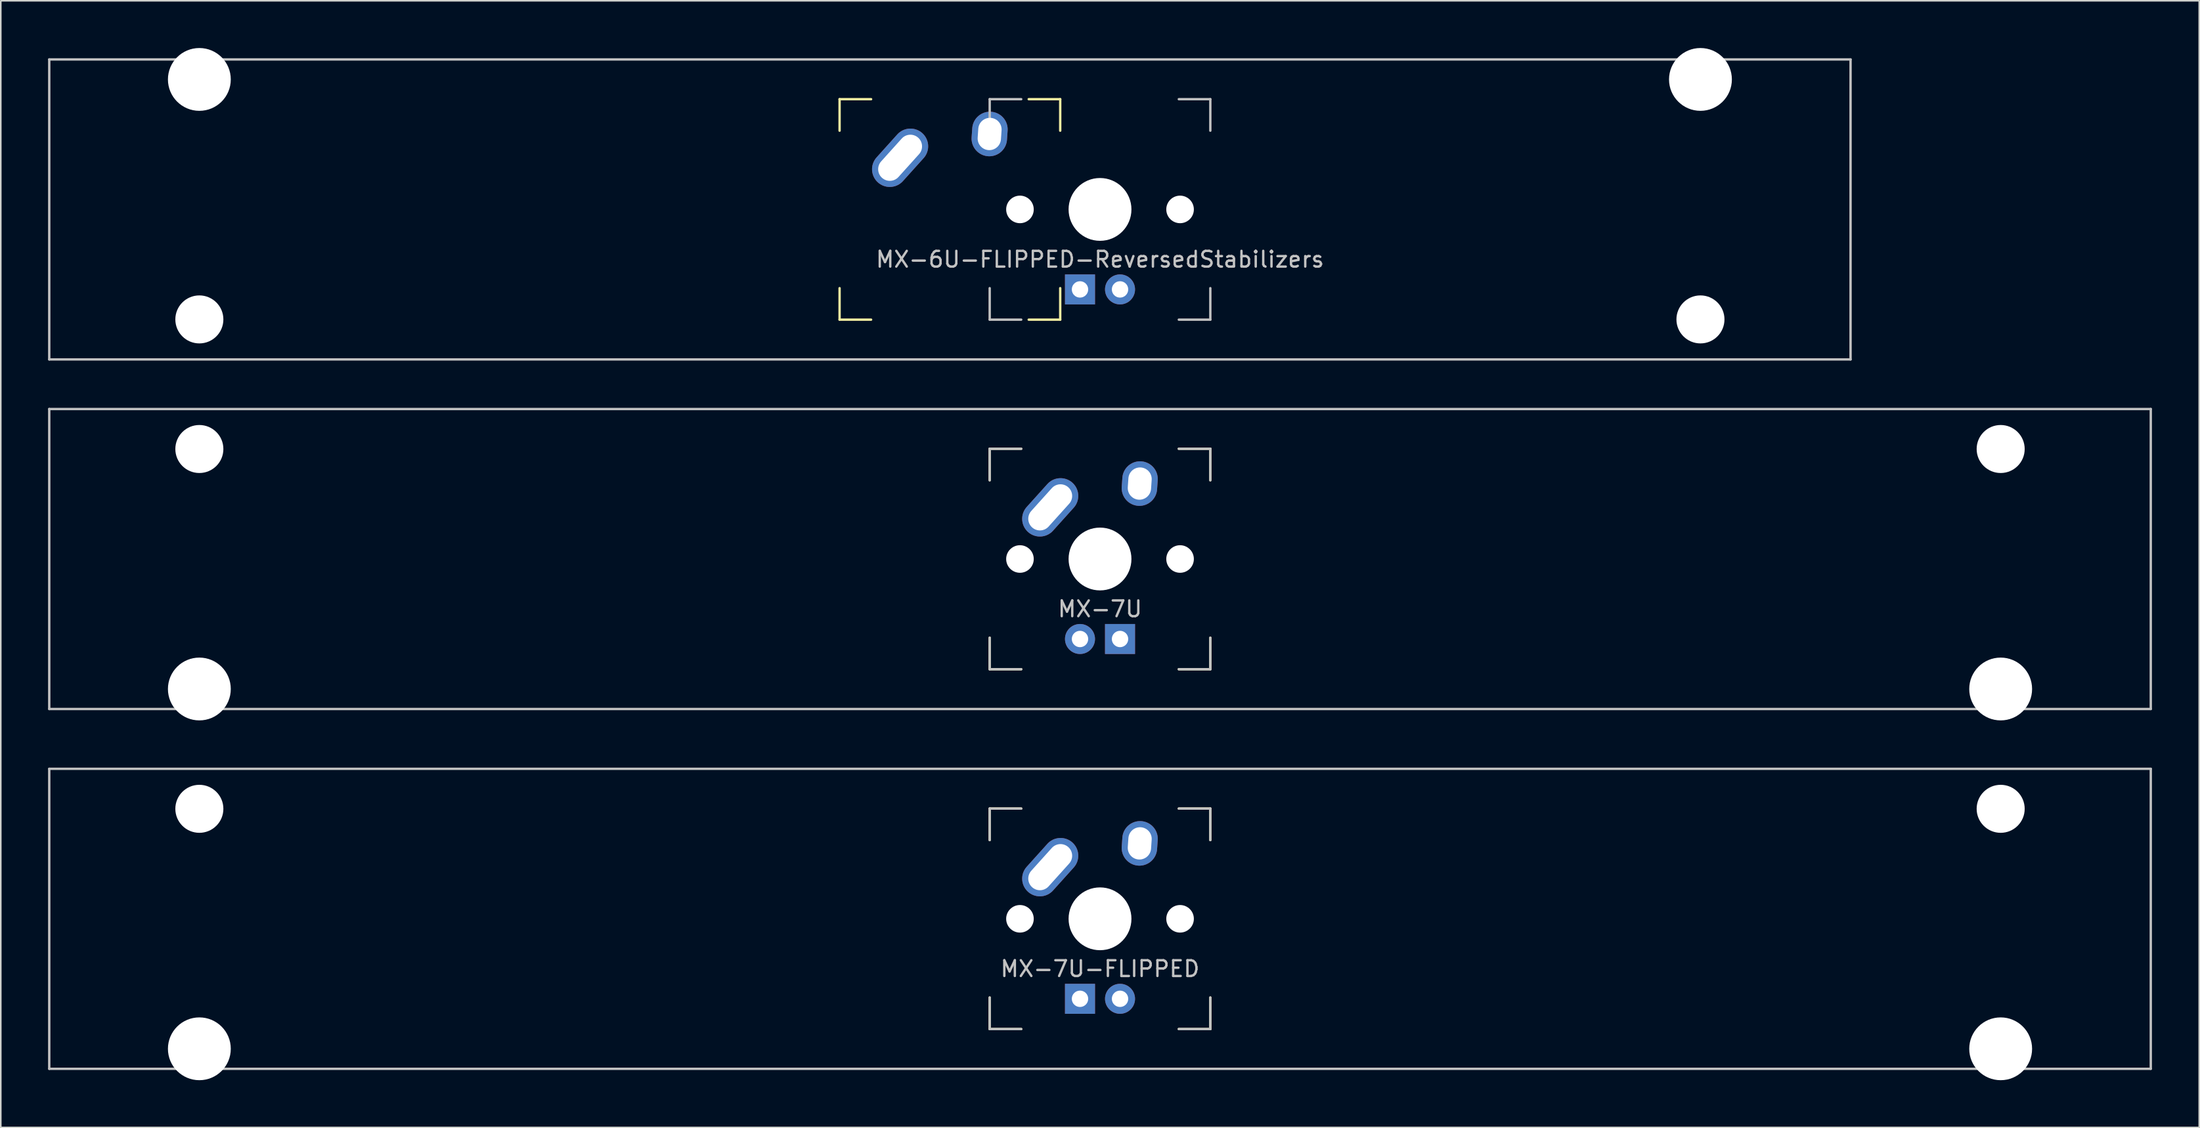
<source format=kicad_pcb>
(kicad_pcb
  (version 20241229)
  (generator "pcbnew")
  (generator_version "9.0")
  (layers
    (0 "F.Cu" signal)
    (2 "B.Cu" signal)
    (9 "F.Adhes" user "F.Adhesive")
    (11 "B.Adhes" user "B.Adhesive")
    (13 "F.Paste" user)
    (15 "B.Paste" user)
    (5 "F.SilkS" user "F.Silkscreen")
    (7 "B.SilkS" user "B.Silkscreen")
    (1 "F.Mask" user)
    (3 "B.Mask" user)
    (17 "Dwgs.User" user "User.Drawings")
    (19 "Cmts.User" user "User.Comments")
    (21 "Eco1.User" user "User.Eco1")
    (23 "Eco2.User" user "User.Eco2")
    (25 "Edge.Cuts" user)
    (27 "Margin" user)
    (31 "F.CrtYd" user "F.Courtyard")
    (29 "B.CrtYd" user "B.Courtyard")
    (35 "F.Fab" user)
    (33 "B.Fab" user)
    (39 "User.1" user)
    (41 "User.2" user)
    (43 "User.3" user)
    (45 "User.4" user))
  (footprint "MX-7U"
    (layer "F.Cu")
    (at 66.75 32.449)
    (property "Reference" "MX-7U" (at 0 3.175 0) (layer "Dwgs.User") (effects (font (size 1 1) (thickness 0.15))))
    (attr through_hole)
    (fp_line (start -7 -7) (end -7 -5) (stroke (width 0.15) (type solid)) (layer "F.SilkS"))
    (fp_line (start -7 5) (end -7 7) (stroke (width 0.15) (type solid)) (layer "F.SilkS"))
    (fp_line (start -7 7) (end -5 7) (stroke (width 0.15) (type solid)) (layer "F.SilkS"))
    (fp_line (start -5 -7) (end -7 -7) (stroke (width 0.15) (type solid)) (layer "F.SilkS"))
    (fp_line (start 5 -7) (end 7 -7) (stroke (width 0.15) (type solid)) (layer "F.SilkS"))
    (fp_line (start 5 7) (end 7 7) (stroke (width 0.15) (type solid)) (layer "F.SilkS"))
    (fp_line (start 7 -7) (end 7 -5) (stroke (width 0.15) (type solid)) (layer "F.SilkS"))
    (fp_line (start 7 7) (end 7 5) (stroke (width 0.15) (type solid)) (layer "F.SilkS"))
    (fp_line (start -66.675 -9.525) (end 66.675 -9.525) (stroke (width 0.15) (type solid)) (layer "Dwgs.User"))
    (fp_line (start -66.675 9.525) (end -66.675 -9.525) (stroke (width 0.15) (type solid)) (layer "Dwgs.User"))
    (fp_line (start -66.675 9.525) (end 66.675 9.525) (stroke (width 0.15) (type solid)) (layer "Dwgs.User"))
    (fp_line (start -7 -7) (end -7 -5) (stroke (width 0.15) (type solid)) (layer "Dwgs.User"))
    (fp_line (start -7 5) (end -7 7) (stroke (width 0.15) (type solid)) (layer "Dwgs.User"))
    (fp_line (start -7 7) (end -5 7) (stroke (width 0.15) (type solid)) (layer "Dwgs.User"))
    (fp_line (start -5 -7) (end -7 -7) (stroke (width 0.15) (type solid)) (layer "Dwgs.User"))
    (fp_line (start 5 -7) (end 7 -7) (stroke (width 0.15) (type solid)) (layer "Dwgs.User"))
    (fp_line (start 5 7) (end 7 7) (stroke (width 0.15) (type solid)) (layer "Dwgs.User"))
    (fp_line (start 7 -7) (end 7 -5) (stroke (width 0.15) (type solid)) (layer "Dwgs.User"))
    (fp_line (start 7 7) (end 7 5) (stroke (width 0.15) (type solid)) (layer "Dwgs.User"))
    (fp_line (start 66.675 -9.525) (end 66.675 9.525) (stroke (width 0.15) (type solid)) (layer "Dwgs.User"))
    (pad "" np_thru_hole circle (at -57.15 -6.985) (size 3.048 3.048) (drill 3.048) (layers "*.Cu" "*.Mask"))
    (pad "" np_thru_hole circle (at -57.15 8.255) (size 3.988 3.988) (drill 3.988) (layers "*.Cu" "*.Mask"))
    (pad "" np_thru_hole circle (at -5.08 0 48.1) (size 1.75 1.75) (drill 1.75) (layers "*.Cu" "*.Mask"))
    (pad "" np_thru_hole circle (at 0 0) (size 3.988 3.988) (drill 3.988) (layers "*.Cu" "*.Mask"))
    (pad "" np_thru_hole circle (at 5.08 0 48.1) (size 1.75 1.75) (drill 1.75) (layers "*.Cu" "*.Mask"))
    (pad "" np_thru_hole circle (at 57.15 -6.985) (size 3.048 3.048) (drill 3.048) (layers "*.Cu" "*.Mask"))
    (pad "" np_thru_hole circle (at 57.15 8.255) (size 3.988 3.988) (drill 3.988) (layers "*.Cu" "*.Mask"))
    (pad "1" thru_hole oval (at -3.16 -3.28 48) (size 4.21 2.25) (drill oval 3.43 1.48) (layers "*.Cu" "B.Mask"))
    (pad "2" thru_hole oval (at 2.52 -4.79 86) (size 2.831 2.25) (drill oval 2.051 1.48) (layers "*.Cu" "B.Mask"))
    (pad "3" thru_hole circle (at -1.27 5.08) (size 1.905 1.905) (drill 1.04) (layers "*.Cu" "B.Mask"))
    (pad "4" thru_hole rect (at 1.27 5.08) (size 1.905 1.905) (drill 1.04) (layers "*.Cu" "B.Mask")))
  (footprint "MX-7U-FLIPPED"
    (layer "F.Cu")
    (at 66.75 55.298)
    (property "Reference" "MX-7U-FLIPPED" (at 0 3.175 0) (layer "Dwgs.User") (effects (font (size 1 1) (thickness 0.15))))
    (attr through_hole)
    (fp_line (start -7 -7) (end -7 -5) (stroke (width 0.15) (type solid)) (layer "F.SilkS"))
    (fp_line (start -7 5) (end -7 7) (stroke (width 0.15) (type solid)) (layer "F.SilkS"))
    (fp_line (start -7 7) (end -5 7) (stroke (width 0.15) (type solid)) (layer "F.SilkS"))
    (fp_line (start -5 -7) (end -7 -7) (stroke (width 0.15) (type solid)) (layer "F.SilkS"))
    (fp_line (start 5 -7) (end 7 -7) (stroke (width 0.15) (type solid)) (layer "F.SilkS"))
    (fp_line (start 5 7) (end 7 7) (stroke (width 0.15) (type solid)) (layer "F.SilkS"))
    (fp_line (start 7 -7) (end 7 -5) (stroke (width 0.15) (type solid)) (layer "F.SilkS"))
    (fp_line (start 7 7) (end 7 5) (stroke (width 0.15) (type solid)) (layer "F.SilkS"))
    (fp_line (start -66.675 -9.525) (end 66.675 -9.525) (stroke (width 0.15) (type solid)) (layer "Dwgs.User"))
    (fp_line (start -66.675 9.525) (end -66.675 -9.525) (stroke (width 0.15) (type solid)) (layer "Dwgs.User"))
    (fp_line (start -66.675 9.525) (end 66.675 9.525) (stroke (width 0.15) (type solid)) (layer "Dwgs.User"))
    (fp_line (start -7 -7) (end -7 -5) (stroke (width 0.15) (type solid)) (layer "Dwgs.User"))
    (fp_line (start -7 5) (end -7 7) (stroke (width 0.15) (type solid)) (layer "Dwgs.User"))
    (fp_line (start -7 7) (end -5 7) (stroke (width 0.15) (type solid)) (layer "Dwgs.User"))
    (fp_line (start -5 -7) (end -7 -7) (stroke (width 0.15) (type solid)) (layer "Dwgs.User"))
    (fp_line (start 5 -7) (end 7 -7) (stroke (width 0.15) (type solid)) (layer "Dwgs.User"))
    (fp_line (start 5 7) (end 7 7) (stroke (width 0.15) (type solid)) (layer "Dwgs.User"))
    (fp_line (start 7 -7) (end 7 -5) (stroke (width 0.15) (type solid)) (layer "Dwgs.User"))
    (fp_line (start 7 7) (end 7 5) (stroke (width 0.15) (type solid)) (layer "Dwgs.User"))
    (fp_line (start 66.675 -9.525) (end 66.675 9.525) (stroke (width 0.15) (type solid)) (layer "Dwgs.User"))
    (pad "" np_thru_hole circle (at -57.15 -6.985) (size 3.048 3.048) (drill 3.048) (layers "*.Cu" "*.Mask"))
    (pad "" np_thru_hole circle (at -57.15 8.255) (size 3.988 3.988) (drill 3.988) (layers "*.Cu" "*.Mask"))
    (pad "" np_thru_hole circle (at -5.08 0 48.1) (size 1.75 1.75) (drill 1.75) (layers "*.Cu" "*.Mask"))
    (pad "" np_thru_hole circle (at 0 0) (size 3.988 3.988) (drill 3.988) (layers "*.Cu" "*.Mask"))
    (pad "" np_thru_hole circle (at 5.08 0 48.1) (size 1.75 1.75) (drill 1.75) (layers "*.Cu" "*.Mask"))
    (pad "" np_thru_hole circle (at 57.15 -6.985) (size 3.048 3.048) (drill 3.048) (layers "*.Cu" "*.Mask"))
    (pad "" np_thru_hole circle (at 57.15 8.255) (size 3.988 3.988) (drill 3.988) (layers "*.Cu" "*.Mask"))
    (pad "1" thru_hole oval (at -3.16 -3.28 48) (size 4.21 2.25) (drill oval 3.43 1.48) (layers "*.Cu" "B.Mask"))
    (pad "2" thru_hole oval (at 2.52 -4.79 86) (size 2.831 2.25) (drill oval 2.051 1.48) (layers "*.Cu" "B.Mask"))
    (pad "3" thru_hole circle (at 1.27 5.08) (size 1.905 1.905) (drill 1.04) (layers "*.Cu" "B.Mask"))
    (pad "4" thru_hole rect (at -1.27 5.08) (size 1.905 1.905) (drill 1.04) (layers "*.Cu" "B.Mask")))
  (footprint "MX-6U-FLIPPED-ReversedStabilizers"
    (layer "F.Cu")
    (at 57.225 10.249)
    (property "Reference" "MX-6U-FLIPPED-ReversedStabilizers" (at 9.525 3.175 0) (layer "Dwgs.User") (effects (font (size 1 1) (thickness 0.15))))
    (attr through_hole)
    (fp_line (start -7 -7) (end -7 -5) (stroke (width 0.15) (type solid)) (layer "F.SilkS"))
    (fp_line (start -7 5) (end -7 7) (stroke (width 0.15) (type solid)) (layer "F.SilkS"))
    (fp_line (start -7 7) (end -5 7) (stroke (width 0.15) (type solid)) (layer "F.SilkS"))
    (fp_line (start -5 -7) (end -7 -7) (stroke (width 0.15) (type solid)) (layer "F.SilkS"))
    (fp_line (start 5 -7) (end 7 -7) (stroke (width 0.15) (type solid)) (layer "F.SilkS"))
    (fp_line (start 5 7) (end 7 7) (stroke (width 0.15) (type solid)) (layer "F.SilkS"))
    (fp_line (start 7 -7) (end 7 -5) (stroke (width 0.15) (type solid)) (layer "F.SilkS"))
    (fp_line (start 7 7) (end 7 5) (stroke (width 0.15) (type solid)) (layer "F.SilkS"))
    (fp_line (start -57.15 -9.525) (end 57.15 -9.525) (stroke (width 0.15) (type solid)) (layer "Dwgs.User"))
    (fp_line (start -57.15 9.525) (end -57.15 -9.525) (stroke (width 0.15) (type solid)) (layer "Dwgs.User"))
    (fp_line (start -57.15 9.525) (end 57.15 9.525) (stroke (width 0.15) (type solid)) (layer "Dwgs.User"))
    (fp_line (start 2.525 -7) (end 2.525 -5) (stroke (width 0.15) (type solid)) (layer "Dwgs.User"))
    (fp_line (start 2.525 5) (end 2.525 7) (stroke (width 0.15) (type solid)) (layer "Dwgs.User"))
    (fp_line (start 2.525 7) (end 4.525 7) (stroke (width 0.15) (type solid)) (layer "Dwgs.User"))
    (fp_line (start 4.525 -7) (end 2.525 -7) (stroke (width 0.15) (type solid)) (layer "Dwgs.User"))
    (fp_line (start 14.525 -7) (end 16.525 -7) (stroke (width 0.15) (type solid)) (layer "Dwgs.User"))
    (fp_line (start 14.525 7) (end 16.525 7) (stroke (width 0.15) (type solid)) (layer "Dwgs.User"))
    (fp_line (start 16.525 -7) (end 16.525 -5) (stroke (width 0.15) (type solid)) (layer "Dwgs.User"))
    (fp_line (start 16.525 7) (end 16.525 5) (stroke (width 0.15) (type solid)) (layer "Dwgs.User"))
    (fp_line (start 57.15 -9.525) (end 57.15 9.525) (stroke (width 0.15) (type solid)) (layer "Dwgs.User"))
    (pad "" np_thru_hole circle (at -47.625 -8.255) (size 3.988 3.988) (drill 3.988) (layers "*.Cu" "*.Mask"))
    (pad "" np_thru_hole circle (at -47.625 6.985) (size 3.048 3.048) (drill 3.048) (layers "*.Cu" "*.Mask"))
    (pad "" np_thru_hole circle (at 4.445 0 48.1) (size 1.75 1.75) (drill 1.75) (layers "*.Cu" "*.Mask"))
    (pad "" np_thru_hole circle (at 9.525 0) (size 3.988 3.988) (drill 3.988) (layers "*.Cu" "*.Mask"))
    (pad "" np_thru_hole circle (at 14.605 0 48.1) (size 1.75 1.75) (drill 1.75) (layers "*.Cu" "*.Mask"))
    (pad "" np_thru_hole circle (at 47.625 -8.255) (size 3.988 3.988) (drill 3.988) (layers "*.Cu" "*.Mask"))
    (pad "" np_thru_hole circle (at 47.625 6.985) (size 3.048 3.048) (drill 3.048) (layers "*.Cu" "*.Mask"))
    (pad "1" thru_hole oval (at -3.16 -3.28 48) (size 4.21 2.25) (drill oval 3.43 1.48) (layers "*.Cu" "B.Mask"))
    (pad "2" thru_hole oval (at 2.52 -4.79 86) (size 2.831 2.25) (drill oval 2.051 1.48) (layers "*.Cu" "B.Mask"))
    (pad "3" thru_hole circle (at 10.795 5.08) (size 1.905 1.905) (drill 1.04) (layers "*.Cu" "B.Mask"))
    (pad "4" thru_hole rect (at 8.255 5.08) (size 1.905 1.905) (drill 1.04) (layers "*.Cu" "B.Mask")))
  (gr_rect
    (start -3 -3)
    (end 136.5 68.547)
    (stroke (width 0.1) (type default))
    (fill no)
    (layer "Edge.Cuts")))
</source>
